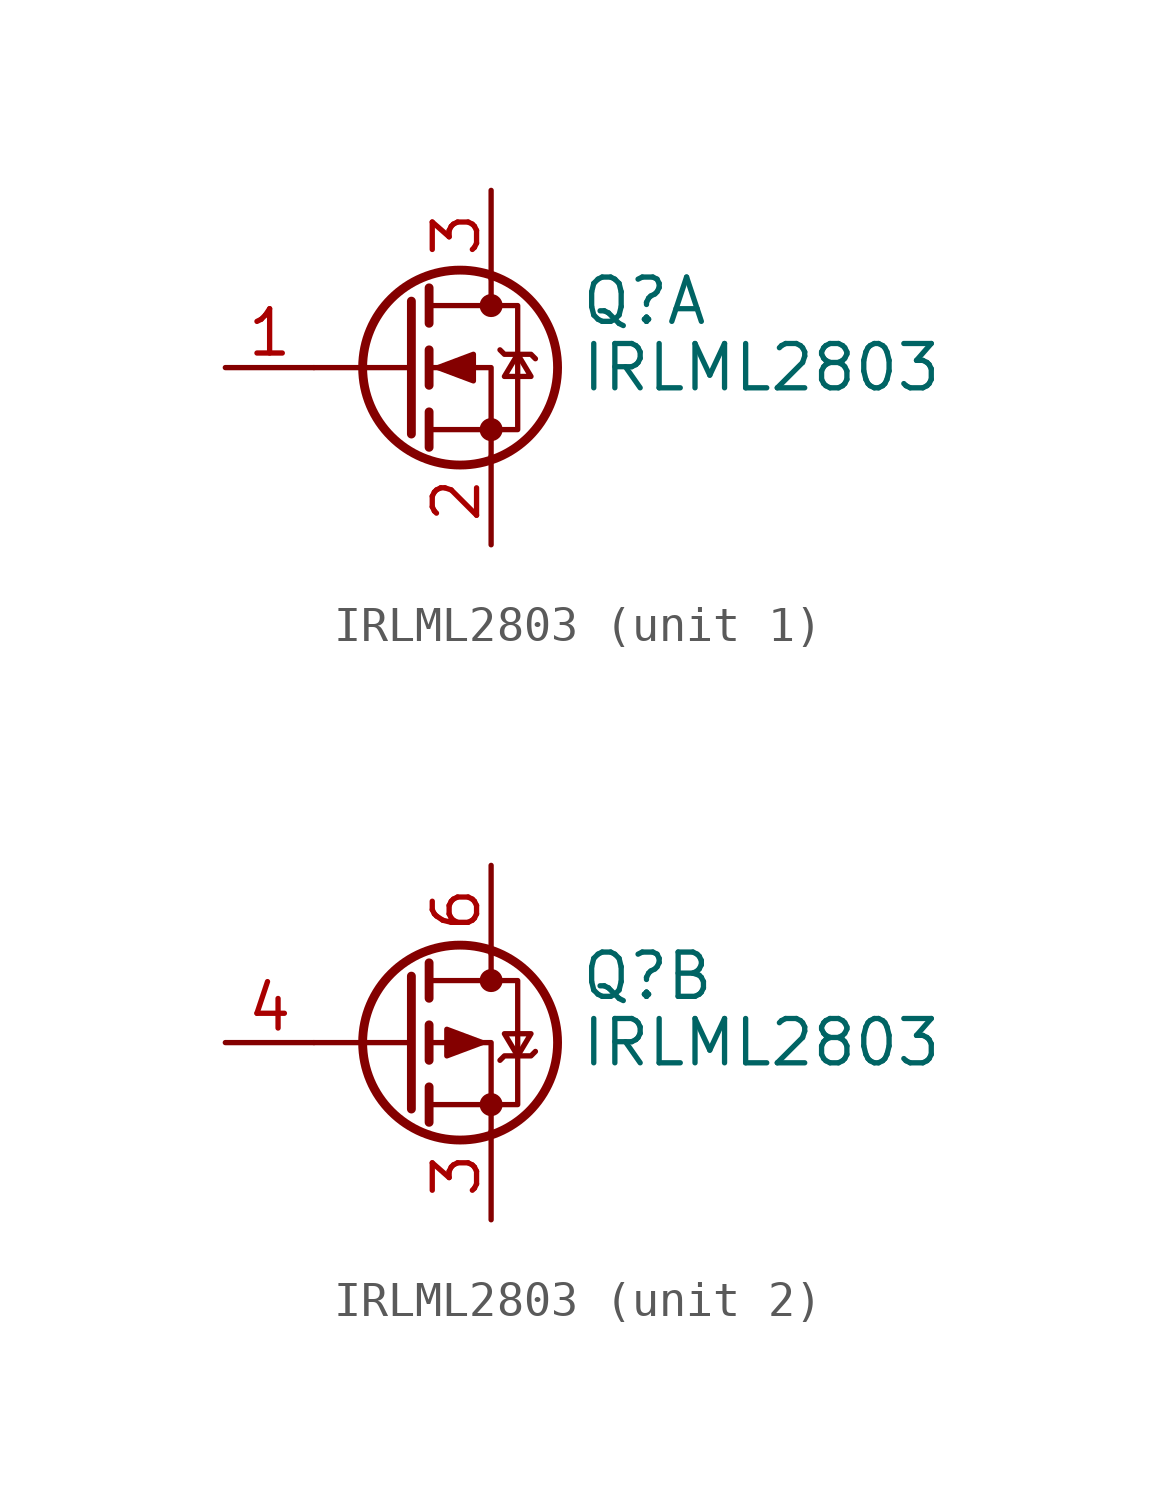
<source format=kicad_sym>
(kicad_symbol_lib
  (version 20211014)
  (generator kicad_symbol_editor)
  (symbol "IRLML2803"
    (pin_names hide)
    (property "Reference" "Q"
      (at 5.08 1.905 0)
      (effects (font (size 1.27 1.27)) (justify left)))
    (property "Value" "IRLML2803"
      (at 5.08 0 0)
      (effects (font (size 1.27 1.27)) (justify left)))
    (symbol "IRLML2803_0_1"
      (polyline (pts (xy 0.254 0) (xy -2.54 0)) (stroke (width 0) (type default) (color 0 0 0 0)) (fill (type none)))
      (polyline (pts (xy 0.254 1.905) (xy 0.254 -1.905)) (stroke (width 0.254) (type default) (color 0 0 0 0)) (fill (type none)))
      (polyline (pts (xy 0.762 -1.27) (xy 0.762 -2.286)) (stroke (width 0.254) (type default) (color 0 0 0 0)) (fill (type none)))
      (polyline (pts (xy 0.762 0.508) (xy 0.762 -0.508)) (stroke (width 0.254) (type default) (color 0 0 0 0)) (fill (type none)))
      (polyline (pts (xy 0.762 2.286) (xy 0.762 1.27)) (stroke (width 0.254) (type default) (color 0 0 0 0)) (fill (type none)))
      (polyline (pts (xy 2.54 2.54) (xy 2.54 1.778)) (stroke (width 0) (type default) (color 0 0 0 0)) (fill (type none)))
      (polyline (pts (xy 2.54 -2.54) (xy 2.54 0) (xy 0.762 0)) (stroke (width 0) (type default) (color 0 0 0 0)) (fill (type none)))
      (polyline (pts (xy 0.762 -1.778) (xy 3.302 -1.778) (xy 3.302 1.778) (xy 0.762 1.778)) (stroke (width 0) (type default) (color 0 0 0 0)) (fill (type none)))
      (circle (center 1.651 0) (radius 2.794) (stroke (width 0.254) (type default) (color 0 0 0 0)) (fill (type none)))
      (circle (center 2.54 -1.778) (radius 0.254) (stroke (width 0) (type default) (color 0 0 0 0)) (fill (type outline)))
      (circle (center 2.54 1.778) (radius 0.254) (stroke (width 0) (type default) (color 0 0 0 0)) (fill (type outline))))
    (symbol "IRLML2803_1_1"
      (polyline (pts (xy 1.016 0) (xy 2.032 0.381) (xy 2.032 -0.381) (xy 1.016 0)) (stroke (width 0) (type default) (color 0 0 0 0)) (fill (type outline)))
      (polyline (pts (xy 2.794 0.508) (xy 2.921 0.381) (xy 3.683 0.381) (xy 3.81 0.254)) (stroke (width 0) (type default) (color 0 0 0 0)) (fill (type none)))
      (polyline (pts (xy 3.302 0.381) (xy 2.921 -0.254) (xy 3.683 -0.254) (xy 3.302 0.381)) (stroke (width 0) (type default) (color 0 0 0 0)) (fill (type none)))
      (pin input line (at -5.08 0 0) (length 2.54) (name "G" (effects (font (size 1.27 1.27)))) (number "1" (effects (font (size 1.27 1.27)))))
      (pin passive line (at 2.54 -5.08 90) (length 2.54) (name "S" (effects (font (size 1.27 1.27)))) (number "2" (effects (font (size 1.27 1.27)))))
      (pin passive line (at 2.54 5.08 270) (length 2.54) (name "D" (effects (font (size 1.27 1.27)))) (number "3" (effects (font (size 1.27 1.27))))))
    (symbol "IRLML2803_2_1"
      (polyline (pts (xy 2.286 0) (xy 1.27 0.381) (xy 1.27 -0.381) (xy 2.286 0)) (stroke (width 0) (type default) (color 0 0 0 0)) (fill (type outline)))
      (polyline (pts (xy 2.794 -0.508) (xy 2.921 -0.381) (xy 3.683 -0.381) (xy 3.81 -0.254)) (stroke (width 0) (type default) (color 0 0 0 0)) (fill (type none)))
      (polyline (pts (xy 3.302 -0.381) (xy 2.921 0.254) (xy 3.683 0.254) (xy 3.302 -0.381)) (stroke (width 0) (type default) (color 0 0 0 0)) (fill (type none)))
      (pin passive line (at 2.54 -5.08 90) (length 2.54) (name "1" (effects (font (size 1.27 1.27)))) (number "3" (effects (font (size 1.27 1.27)))))
      (pin input line (at -5.08 0 0) (length 2.54) (name "G" (effects (font (size 1.27 1.27)))) (number "4" (effects (font (size 1.27 1.27)))))
      (pin passive line (at 2.54 5.08 270) (length 2.54) (name "D" (effects (font (size 1.27 1.27)))) (number "6" (effects (font (size 1.27 1.27))))))))
</source>
